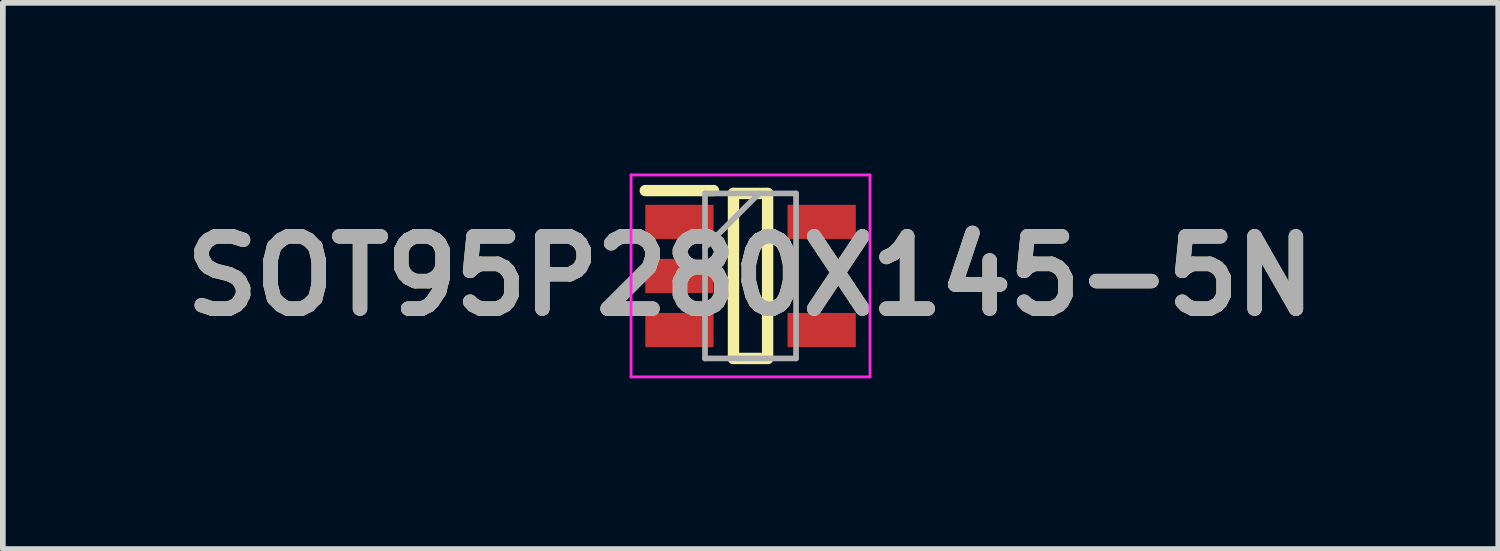
<source format=kicad_pcb>
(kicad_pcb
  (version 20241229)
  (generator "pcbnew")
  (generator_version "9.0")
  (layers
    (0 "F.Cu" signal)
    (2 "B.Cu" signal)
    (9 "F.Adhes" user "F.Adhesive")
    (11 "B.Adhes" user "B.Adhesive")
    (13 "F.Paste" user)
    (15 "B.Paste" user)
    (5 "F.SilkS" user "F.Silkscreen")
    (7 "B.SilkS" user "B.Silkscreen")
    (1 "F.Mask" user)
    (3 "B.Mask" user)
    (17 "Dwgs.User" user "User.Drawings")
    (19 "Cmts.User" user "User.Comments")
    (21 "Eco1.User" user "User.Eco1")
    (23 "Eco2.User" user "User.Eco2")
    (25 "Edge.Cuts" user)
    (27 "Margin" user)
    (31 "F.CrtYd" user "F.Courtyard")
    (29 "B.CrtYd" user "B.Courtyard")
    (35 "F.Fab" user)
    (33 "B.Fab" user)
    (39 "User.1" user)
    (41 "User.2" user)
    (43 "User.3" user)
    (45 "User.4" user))
  (footprint "SOT95P280X145-5N"
    (layer "F.Cu")
    (at 10.142 1.8)
    (property "Reference" "SOT95P280X145-5N" (at 0 0 0) (layer "F.SilkS") (effects (font (size 1.27 1.27) (thickness 0.254))))
    (attr smd)
    (fp_line (start -1.85 -1.5) (end -0.65 -1.5) (stroke (width 0.2) (type solid)) (layer "F.SilkS"))
    (fp_line (start -0.3 -1.45) (end 0.3 -1.45) (stroke (width 0.2) (type solid)) (layer "F.SilkS"))
    (fp_line (start -0.3 1.45) (end -0.3 -1.45) (stroke (width 0.2) (type solid)) (layer "F.SilkS"))
    (fp_line (start 0.3 -1.45) (end 0.3 1.45) (stroke (width 0.2) (type solid)) (layer "F.SilkS"))
    (fp_line (start 0.3 1.45) (end -0.3 1.45) (stroke (width 0.2) (type solid)) (layer "F.SilkS"))
    (fp_line (start -2.1 -1.775) (end 2.1 -1.775) (stroke (width 0.05) (type solid)) (layer "F.CrtYd"))
    (fp_line (start -2.1 1.775) (end -2.1 -1.775) (stroke (width 0.05) (type solid)) (layer "F.CrtYd"))
    (fp_line (start 2.1 -1.775) (end 2.1 1.775) (stroke (width 0.05) (type solid)) (layer "F.CrtYd"))
    (fp_line (start 2.1 1.775) (end -2.1 1.775) (stroke (width 0.05) (type solid)) (layer "F.CrtYd"))
    (fp_line (start -0.8 -1.45) (end 0.8 -1.45) (stroke (width 0.1) (type solid)) (layer "F.Fab"))
    (fp_line (start -0.8 -0.5) (end 0.15 -1.45) (stroke (width 0.1) (type solid)) (layer "F.Fab"))
    (fp_line (start -0.8 1.45) (end -0.8 -1.45) (stroke (width 0.1) (type solid)) (layer "F.Fab"))
    (fp_line (start 0.8 -1.45) (end 0.8 1.45) (stroke (width 0.1) (type solid)) (layer "F.Fab"))
    (fp_line (start 0.8 1.45) (end -0.8 1.45) (stroke (width 0.1) (type solid)) (layer "F.Fab"))
    (fp_text user "${REFERENCE}" (at 0 0 0) (layer "F.Fab") (effects (font (size 1.27 1.27) (thickness 0.254))))
    (pad "1" smd rect (at -1.25 -0.95 90) (size 0.6 1.2) (layers "F.Cu" "F.Mask" "F.Paste"))
    (pad "2" smd rect (at -1.25 0 90) (size 0.6 1.2) (layers "F.Cu" "F.Mask" "F.Paste"))
    (pad "3" smd rect (at -1.25 0.95 90) (size 0.6 1.2) (layers "F.Cu" "F.Mask" "F.Paste"))
    (pad "4" smd rect (at 1.25 0.95 90) (size 0.6 1.2) (layers "F.Cu" "F.Mask" "F.Paste"))
    (pad "5" smd rect (at 1.25 -0.95 90) (size 0.6 1.2) (layers "F.Cu" "F.Mask" "F.Paste")))
  (gr_rect
    (start -3 -3)
    (end 23.284 6.6)
    (stroke (width 0.1) (type default))
    (fill no)
    (layer "Edge.Cuts")))
</source>
